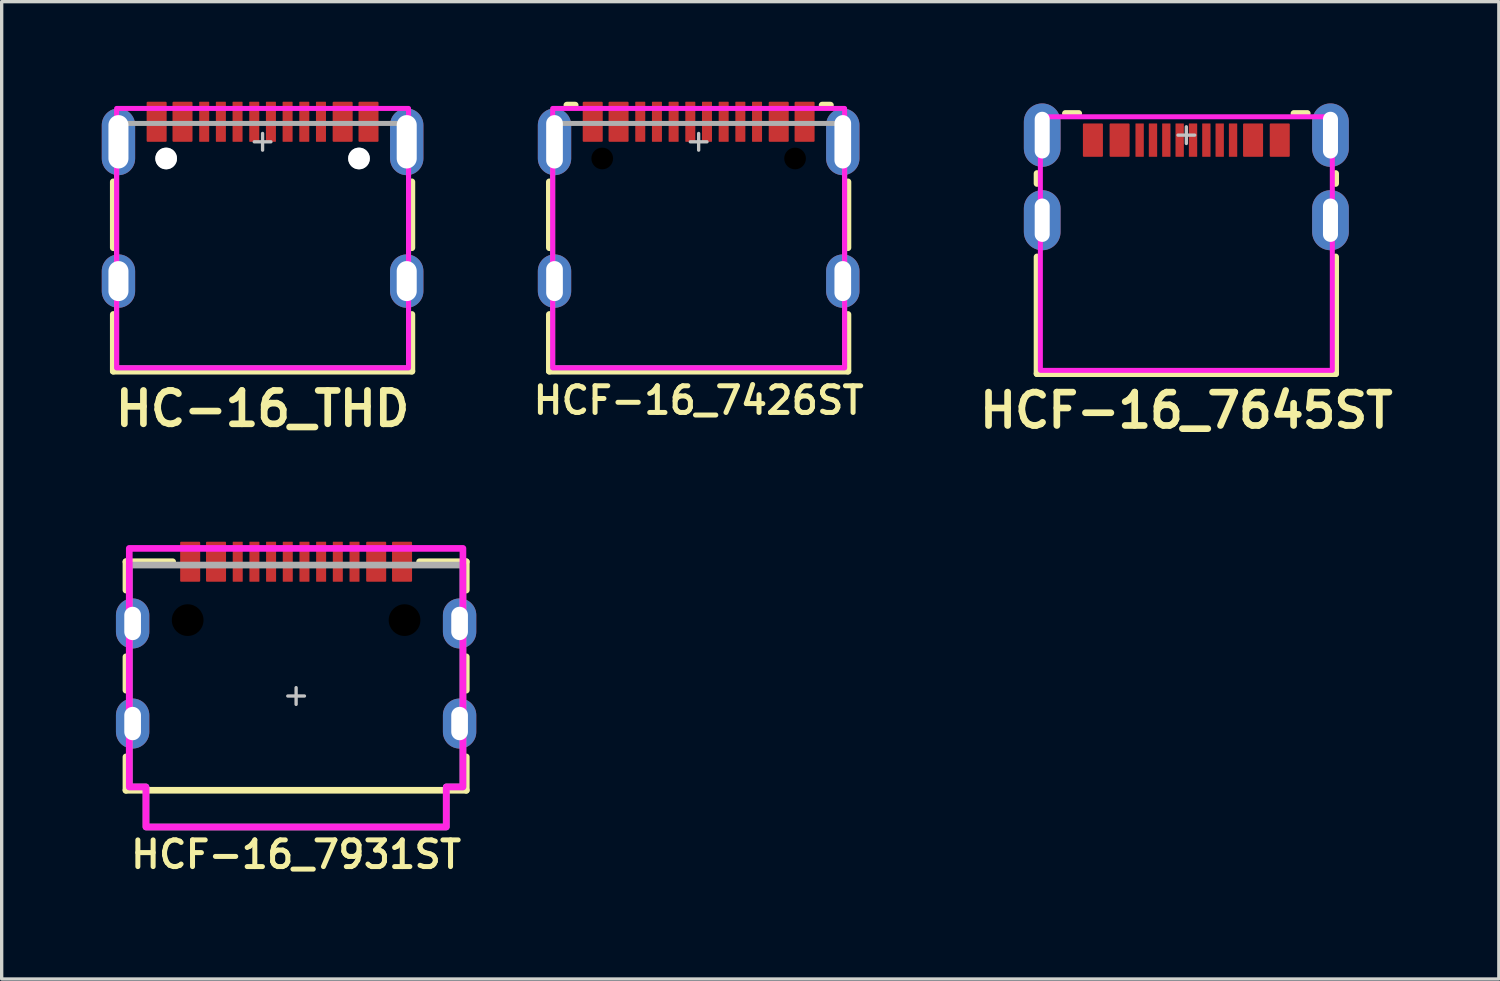
<source format=kicad_pcb>
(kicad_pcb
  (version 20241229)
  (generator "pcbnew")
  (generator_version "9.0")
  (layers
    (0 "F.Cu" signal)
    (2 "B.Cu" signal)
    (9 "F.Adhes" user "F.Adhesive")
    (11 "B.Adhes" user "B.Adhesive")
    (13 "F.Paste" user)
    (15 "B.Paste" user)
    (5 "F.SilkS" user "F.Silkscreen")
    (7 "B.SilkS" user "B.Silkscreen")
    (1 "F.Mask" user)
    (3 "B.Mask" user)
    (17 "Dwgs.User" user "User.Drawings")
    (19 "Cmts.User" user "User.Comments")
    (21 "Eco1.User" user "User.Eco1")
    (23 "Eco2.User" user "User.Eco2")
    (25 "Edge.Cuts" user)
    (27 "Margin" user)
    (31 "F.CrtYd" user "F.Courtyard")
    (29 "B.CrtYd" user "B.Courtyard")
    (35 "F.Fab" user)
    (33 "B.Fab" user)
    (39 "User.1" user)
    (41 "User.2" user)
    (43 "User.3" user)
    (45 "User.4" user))
  (footprint "HCF-16_7931ST"
    (layer "F.Cu")
    (at 5.825 17.811)
    (property "Reference" "HCF-16_7931ST" (at 0 4.75 0) (unlocked yes) (layer "F.SilkS") (effects (font (size 0.8 0.8) (thickness 0.15) (bold yes))))
    (attr through_hole)
    (fp_line (start -5.1 -4.025) (end -3.7 -4.025) (stroke (width 0.2) (type default)) (layer "F.SilkS"))
    (fp_line (start -5.1 -3.175) (end -5.1 -4.025) (stroke (width 0.2) (type default)) (layer "F.SilkS"))
    (fp_line (start -5.1 -0.175) (end -5.1 -1.175) (stroke (width 0.2) (type default)) (layer "F.SilkS"))
    (fp_line (start -5.1 1.825) (end -5.1 2.825) (stroke (width 0.2) (type solid)) (layer "F.SilkS"))
    (fp_line (start -5.1 2.825) (end 5.1 2.825) (stroke (width 0.2) (type solid)) (layer "F.SilkS"))
    (fp_line (start 5.1 -4.025) (end 3.7 -4.025) (stroke (width 0.2) (type default)) (layer "F.SilkS"))
    (fp_line (start 5.1 -3.175) (end 5.1 -4.025) (stroke (width 0.2) (type default)) (layer "F.SilkS"))
    (fp_line (start 5.1 -0.175) (end 5.1 -1.175) (stroke (width 0.2) (type default)) (layer "F.SilkS"))
    (fp_line (start 5.1 2.825) (end 5.1 1.825) (stroke (width 0.2) (type solid)) (layer "F.SilkS"))
    (fp_rect (start -5.575 -2.775) (end -4.65 -1.575) (stroke (width 0.5) (type solid)) (fill yes) (layer "F.Paste"))
    (fp_rect (start -5.575 0.225) (end -4.65 1.425) (stroke (width 0.5) (type solid)) (fill yes) (layer "F.Paste"))
    (fp_rect (start 4.65 -2.775) (end 5.575 -1.575) (stroke (width 0.5) (type solid)) (fill yes) (layer "F.Paste"))
    (fp_rect (start 4.65 0.225) (end 5.575 1.425) (stroke (width 0.5) (type solid)) (fill yes) (layer "F.Paste"))
    (fp_line (start -0.25 0) (end 0.25 0) (stroke (width 0.1) (type solid)) (layer "Dwgs.User"))
    (fp_line (start 0 -0.25) (end 0 0.25) (stroke (width 0.1) (type solid)) (layer "Dwgs.User"))
    (fp_poly (pts (xy -5 2.725) (xy -5 -4.425) (xy 5 -4.425) (xy 5 2.725) (xy 4.5 2.725) (xy 4.5 3.925) (xy -4.5 3.925) (xy -4.5 2.725)) (stroke (width 0.2) (type solid)) (fill no) (layer "F.CrtYd"))
    (fp_poly (pts (xy -4.5 3.925) (xy -4.5 2.725) (xy -5 2.725) (xy -5 -3.925) (xy 5 -3.925) (xy 5 2.725) (xy 4.5 2.725) (xy 4.5 3.925)) (stroke (width 0.2) (type solid)) (fill no) (layer "F.Fab"))
    (pad "" np_thru_hole circle (at -3.25 -2.275) (size 0.95 0.95) (drill 0.95) (layers "*.Mask"))
    (pad "" np_thru_hole circle (at 3.25 -2.275) (size 0.95 0.95) (drill 0.95) (layers "*.Mask"))
    (pad "A1_B12" smd roundrect (at -3.175 -4.025 90) (size 1.2 0.6) (layers "F.Cu" "F.Mask" "F.Paste") (roundrect_rratio 0.05))
    (pad "A4_B9" smd roundrect (at -2.4 -4.025 90) (size 1.2 0.6) (layers "F.Cu" "F.Mask" "F.Paste") (roundrect_rratio 0.05))
    (pad "A5" smd roundrect (at -1.25 -4.025 90) (size 1.2 0.3) (layers "F.Cu" "F.Mask" "F.Paste") (roundrect_rratio 0.05))
    (pad "A6" smd roundrect (at -0.25 -4.025 90) (size 1.2 0.3) (layers "F.Cu" "F.Mask" "F.Paste") (roundrect_rratio 0.05))
    (pad "A7" smd roundrect (at 0.25 -4.025 90) (size 1.2 0.3) (layers "F.Cu" "F.Mask" "F.Paste") (roundrect_rratio 0.05))
    (pad "A8" smd roundrect (at 1.25 -4.025 90) (size 1.2 0.3) (layers "F.Cu" "F.Mask" "F.Paste") (roundrect_rratio 0.05))
    (pad "B1_A12" smd roundrect (at 3.175 -4.025 90) (size 1.2 0.6) (layers "F.Cu" "F.Mask" "F.Paste") (roundrect_rratio 0.05))
    (pad "B4_A9" smd roundrect (at 2.4 -4.025 90) (size 1.2 0.6) (layers "F.Cu" "F.Mask" "F.Paste") (roundrect_rratio 0.05))
    (pad "B5" smd roundrect (at 1.75 -4.025 90) (size 1.2 0.3) (layers "F.Cu" "F.Mask" "F.Paste") (roundrect_rratio 0.05))
    (pad "B6" smd roundrect (at 0.75 -4.025 90) (size 1.2 0.3) (layers "F.Cu" "F.Mask" "F.Paste") (roundrect_rratio 0.05))
    (pad "B7" smd roundrect (at -0.75 -4.025 90) (size 1.2 0.3) (layers "F.Cu" "F.Mask" "F.Paste") (roundrect_rratio 0.05))
    (pad "B8" smd roundrect (at -1.75 -4.025 90) (size 1.2 0.3) (layers "F.Cu" "F.Mask" "F.Paste") (roundrect_rratio 0.05))
    (pad "SHELL" thru_hole oval (at -4.9 -2.175 90) (size 1.5 1) (drill oval 1 0.5) (layers "*.Cu" "*.Mask"))
    (pad "SHELL" thru_hole oval (at -4.9 0.825 90) (size 1.5 1) (drill oval 1 0.5) (layers "*.Cu" "*.Mask"))
    (pad "SHELL" thru_hole oval (at 4.9 -2.175 90) (size 1.5 1) (drill oval 1 0.5) (layers "*.Cu" "*.Mask"))
    (pad "SHELL" thru_hole oval (at 4.9 0.825 90) (size 1.5 1) (drill oval 1 0.5) (layers "*.Cu" "*.Mask")))
  (footprint "HC-16_THD"
    (layer "F.Cu")
    (at 4.82 1.2)
    (property "Reference" "HC-16_THD" (at 0 8 0) (unlocked yes) (layer "F.SilkS") (effects (font (size 1 1) (thickness 0.2))))
    (attr through_hole)
    (fp_line (start -4.475 1.2) (end -4.475 3.175) (stroke (width 0.2) (type solid)) (layer "F.SilkS"))
    (fp_line (start -4.475 5.175) (end -4.475 6.875) (stroke (width 0.2) (type solid)) (layer "F.SilkS"))
    (fp_line (start -4.475 6.875) (end 4.475 6.875) (stroke (width 0.2) (type solid)) (layer "F.SilkS"))
    (fp_line (start 4.475 1.2) (end 4.475 3.175) (stroke (width 0.2) (type solid)) (layer "F.SilkS"))
    (fp_line (start 4.475 6.875) (end 4.475 5.175) (stroke (width 0.2) (type solid)) (layer "F.SilkS"))
    (fp_line (start -0.25 0) (end 0.25 0) (stroke (width 0.1) (type solid)) (layer "Dwgs.User"))
    (fp_line (start 0 -0.25) (end 0 0.25) (stroke (width 0.1) (type solid)) (layer "Dwgs.User"))
    (fp_rect (start -4.375 6.775) (end 4.375 -1) (stroke (width 0.15) (type solid)) (fill no) (layer "F.CrtYd"))
    (fp_rect (start 4.375 6.775) (end -4.375 -0.55) (stroke (width 0.15) (type solid)) (fill no) (layer "F.Fab"))
    (pad "" np_thru_hole circle (at -2.89 0.5) (size 0.65 0.65) (drill 0.65) (layers "Dwgs.User"))
    (pad "" np_thru_hole circle (at 2.89 0.5) (size 0.65 0.65) (drill 0.65) (layers "Dwgs.User"))
    (pad "A1_B12" smd roundrect (at -3.175 -0.6 90) (size 1.2 0.6) (layers "F.Cu" "F.Mask" "F.Paste") (roundrect_rratio 0.05))
    (pad "A1_B12" smd roundrect (at 3.175 -0.6 270) (size 1.2 0.6) (layers "F.Cu" "F.Mask" "F.Paste") (roundrect_rratio 0.05))
    (pad "A4_B9" smd roundrect (at -2.4 -0.6 90) (size 1.2 0.6) (layers "F.Cu" "F.Mask" "F.Paste") (roundrect_rratio 0.05))
    (pad "A4_B9" smd roundrect (at 2.4 -0.6 270) (size 1.2 0.6) (layers "F.Cu" "F.Mask" "F.Paste") (roundrect_rratio 0.05))
    (pad "A5" smd roundrect (at -1.25 -0.6 90) (size 1.2 0.3) (layers "F.Cu" "F.Mask" "F.Paste") (roundrect_rratio 0.05))
    (pad "A6" smd roundrect (at -0.25 -0.6 90) (size 1.2 0.3) (layers "F.Cu" "F.Mask" "F.Paste") (roundrect_rratio 0.05))
    (pad "A7" smd roundrect (at 0.25 -0.6 270) (size 1.2 0.3) (layers "F.Cu" "F.Mask" "F.Paste") (roundrect_rratio 0.05))
    (pad "A8" smd roundrect (at 1.25 -0.6 270) (size 1.2 0.3) (layers "F.Cu" "F.Mask" "F.Paste") (roundrect_rratio 0.05))
    (pad "B5" smd roundrect (at 1.75 -0.6 270) (size 1.2 0.3) (layers "F.Cu" "F.Mask" "F.Paste") (roundrect_rratio 0.05))
    (pad "B6" smd roundrect (at 0.75 -0.6 270) (size 1.2 0.3) (layers "F.Cu" "F.Mask" "F.Paste") (roundrect_rratio 0.05))
    (pad "B7" smd roundrect (at -0.75 -0.6 90) (size 1.2 0.3) (layers "F.Cu" "F.Mask" "F.Paste") (roundrect_rratio 0.05))
    (pad "B8" smd roundrect (at -1.75 -0.6 90) (size 1.2 0.3) (layers "F.Cu" "F.Mask" "F.Paste") (roundrect_rratio 0.05))
    (pad "SHELL" thru_hole oval (at -4.32 0 90) (size 2 1) (drill oval 1.6 0.6) (layers "*.Cu" "*.Mask"))
    (pad "SHELL" thru_hole oval (at -4.32 4.175 90) (size 1.6 1) (drill oval 1.2 0.6) (layers "*.Cu" "*.Mask"))
    (pad "SHELL" thru_hole oval (at 4.32 0 90) (size 2 1) (drill oval 1.6 0.6) (layers "*.Cu" "*.Mask"))
    (pad "SHELL" thru_hole oval (at 4.32 4.175 90) (size 1.6 1) (drill oval 1.2 0.6) (layers "*.Cu" "*.Mask")))
  (footprint "HCF-16_7645ST"
    (layer "F.Cu")
    (at 32.507 1)
    (property "Reference" "HCF-16_7645ST" (at 0 8.25 0) (unlocked yes) (layer "F.SilkS") (effects (font (size 1 1) (thickness 0.2))))
    (attr through_hole)
    (fp_line (start -4.475 1.15) (end -4.475 1.45) (stroke (width 0.2) (type solid)) (layer "F.SilkS"))
    (fp_line (start -4.475 3.65) (end -4.475 7.15) (stroke (width 0.2) (type solid)) (layer "F.SilkS"))
    (fp_line (start -4.475 7.15) (end 4.475 7.15) (stroke (width 0.2) (type solid)) (layer "F.SilkS"))
    (fp_line (start -3.625 -0.65) (end -3.225 -0.65) (stroke (width 0.2) (type solid)) (layer "F.SilkS"))
    (fp_line (start 3.225 -0.65) (end 3.625 -0.65) (stroke (width 0.2) (type solid)) (layer "F.SilkS"))
    (fp_line (start 4.475 1.15) (end 4.475 1.45) (stroke (width 0.2) (type solid)) (layer "F.SilkS"))
    (fp_line (start 4.475 7.15) (end 4.475 3.65) (stroke (width 0.2) (type solid)) (layer "F.SilkS"))
    (fp_rect (start -5 -0.75) (end -4.025 0.8) (stroke (width 0.5) (type solid)) (fill yes) (layer "F.Paste"))
    (fp_rect (start -5 1.8) (end -4.025 3.3) (stroke (width 0.5) (type solid)) (fill yes) (layer "F.Paste"))
    (fp_rect (start 4.025 -0.75) (end 5 0.8) (stroke (width 0.5) (type solid)) (fill yes) (layer "F.Paste"))
    (fp_rect (start 4.025 1.8) (end 5 3.3) (stroke (width 0.5) (type solid)) (fill yes) (layer "F.Paste"))
    (fp_line (start -0.25 0) (end 0.25 0) (stroke (width 0.1) (type solid)) (layer "Dwgs.User"))
    (fp_line (start 0 -0.25) (end 0 0.25) (stroke (width 0.1) (type solid)) (layer "Dwgs.User"))
    (fp_rect (start -4.375 7.05) (end 4.375 -0.55) (stroke (width 0.15) (type solid)) (fill no) (layer "F.CrtYd"))
    (pad "A1_B12" smd roundrect (at -2.8 0.15 90) (size 1 0.6) (layers "F.Cu" "F.Mask" "F.Paste") (roundrect_rratio 0.05))
    (pad "A4_B9" smd roundrect (at -2 0.15 90) (size 1 0.6) (layers "F.Cu" "F.Mask" "F.Paste") (roundrect_rratio 0.05))
    (pad "A5" smd roundrect (at -1 0.15 90) (size 1 0.25) (layers "F.Cu" "F.Mask" "F.Paste") (roundrect_rratio 0.05))
    (pad "A6" smd roundrect (at -0.2 0.15 90) (size 1 0.25) (layers "F.Cu" "F.Mask" "F.Paste") (roundrect_rratio 0.05))
    (pad "A7" smd roundrect (at 0.2 0.15 90) (size 1 0.25) (layers "F.Cu" "F.Mask" "F.Paste") (roundrect_rratio 0.05))
    (pad "A8" smd roundrect (at 1 0.15 90) (size 1 0.25) (layers "F.Cu" "F.Mask" "F.Paste") (roundrect_rratio 0.05))
    (pad "B1_A12" smd roundrect (at 2.8 0.15 90) (size 1 0.6) (layers "F.Cu" "F.Mask" "F.Paste") (roundrect_rratio 0.05))
    (pad "B4_A9" smd roundrect (at 2 0.15 270) (size 1 0.6) (layers "F.Cu" "F.Mask" "F.Paste") (roundrect_rratio 0.05))
    (pad "B5" smd roundrect (at 1.4 0.15 90) (size 1 0.25) (layers "F.Cu" "F.Mask" "F.Paste") (roundrect_rratio 0.05))
    (pad "B6" smd roundrect (at 0.6 0.15 90) (size 1 0.25) (layers "F.Cu" "F.Mask" "F.Paste") (roundrect_rratio 0.05))
    (pad "B7" smd roundrect (at -0.6 0.15 90) (size 1 0.25) (layers "F.Cu" "F.Mask" "F.Paste") (roundrect_rratio 0.05))
    (pad "B8" smd roundrect (at -1.4 0.15 90) (size 1 0.25) (layers "F.Cu" "F.Mask" "F.Paste") (roundrect_rratio 0.05))
    (pad "SHELL" thru_hole oval (at -4.32 0 90) (size 1.9 1.1) (drill oval 1.4 0.45) (layers "*.Cu" "*.Mask"))
    (pad "SHELL" thru_hole oval (at -4.32 2.55 90) (size 1.8 1.1) (drill oval 1.3 0.45) (layers "*.Cu" "*.Mask"))
    (pad "SHELL" thru_hole oval (at 4.32 0 90) (size 1.9 1.1) (drill oval 1.4 0.45) (layers "*.Cu" "*.Mask"))
    (pad "SHELL" thru_hole oval (at 4.32 2.55 90) (size 1.8 1.1) (drill oval 1.3 0.45) (layers "*.Cu" "*.Mask")))
  (footprint "HCF-16_7426ST"
    (layer "F.Cu")
    (at 17.89 1.2)
    (property "Reference" "HCF-16_7426ST" (at 0 7.75 0) (unlocked yes) (layer "F.SilkS") (effects (font (size 0.8 0.8) (thickness 0.15) (bold yes))))
    (attr through_hole)
    (fp_line (start -4.475 1.2) (end -4.475 3.175) (stroke (width 0.2) (type solid)) (layer "F.SilkS"))
    (fp_line (start -4.475 5.175) (end -4.475 6.875) (stroke (width 0.2) (type solid)) (layer "F.SilkS"))
    (fp_line (start -4.475 6.875) (end 4.475 6.875) (stroke (width 0.2) (type solid)) (layer "F.SilkS"))
    (fp_line (start -3.7 -1.1) (end -3.95 -1.1) (stroke (width 0.2) (type solid)) (layer "F.SilkS"))
    (fp_line (start 3.95 -1.1) (end 3.7 -1.1) (stroke (width 0.2) (type solid)) (layer "F.SilkS"))
    (fp_line (start 4.475 1.2) (end 4.475 3.175) (stroke (width 0.2) (type solid)) (layer "F.SilkS"))
    (fp_line (start 4.475 6.875) (end 4.475 5.175) (stroke (width 0.2) (type solid)) (layer "F.SilkS"))
    (fp_rect (start -5 -0.75) (end -4.075 0.85) (stroke (width 0.5) (type solid)) (fill yes) (layer "F.Paste"))
    (fp_rect (start -5 3.525) (end -4.075 4.825) (stroke (width 0.5) (type solid)) (fill yes) (layer "F.Paste"))
    (fp_rect (start 4.075 -0.75) (end 5 0.85) (stroke (width 0.5) (type solid)) (fill yes) (layer "F.Paste"))
    (fp_rect (start 4.075 3.525) (end 5 4.825) (stroke (width 0.5) (type solid)) (fill yes) (layer "F.Paste"))
    (fp_line (start -0.25 0) (end 0.25 0) (stroke (width 0.1) (type solid)) (layer "Dwgs.User"))
    (fp_line (start 0 -0.25) (end 0 0.25) (stroke (width 0.1) (type solid)) (layer "Dwgs.User"))
    (fp_rect (start -4.375 6.775) (end 4.375 -1) (stroke (width 0.15) (type solid)) (fill no) (layer "F.CrtYd"))
    (fp_rect (start 4.375 6.775) (end -4.375 -0.55) (stroke (width 0.15) (type solid)) (fill no) (layer "F.Fab"))
    (pad "" np_thru_hole circle (at -2.89 0.5) (size 0.65 0.65) (drill 0.65) (layers "*.Mask"))
    (pad "" np_thru_hole circle (at 2.89 0.5) (size 0.65 0.65) (drill 0.65) (layers "*.Mask"))
    (pad "A1_B12" smd roundrect (at -3.175 -0.6 90) (size 1.2 0.6) (layers "F.Cu" "F.Mask" "F.Paste") (roundrect_rratio 0.05))
    (pad "A4_B9" smd roundrect (at -2.4 -0.6 90) (size 1.2 0.6) (layers "F.Cu" "F.Mask" "F.Paste") (roundrect_rratio 0.05))
    (pad "A5" smd roundrect (at -1.25 -0.6 90) (size 1.2 0.3) (layers "F.Cu" "F.Mask" "F.Paste") (roundrect_rratio 0.05))
    (pad "A6" smd roundrect (at -0.25 -0.6 90) (size 1.2 0.3) (layers "F.Cu" "F.Mask" "F.Paste") (roundrect_rratio 0.05))
    (pad "A7" smd roundrect (at 0.25 -0.6 90) (size 1.2 0.3) (layers "F.Cu" "F.Mask" "F.Paste") (roundrect_rratio 0.05))
    (pad "A8" smd roundrect (at 1.25 -0.6 90) (size 1.2 0.3) (layers "F.Cu" "F.Mask" "F.Paste") (roundrect_rratio 0.05))
    (pad "B1_A12" smd roundrect (at 3.175 -0.6 90) (size 1.2 0.6) (layers "F.Cu" "F.Mask" "F.Paste") (roundrect_rratio 0.05))
    (pad "B4_A9" smd roundrect (at 2.4 -0.6 90) (size 1.2 0.6) (layers "F.Cu" "F.Mask" "F.Paste") (roundrect_rratio 0.05))
    (pad "B5" smd roundrect (at 1.75 -0.6 90) (size 1.2 0.3) (layers "F.Cu" "F.Mask" "F.Paste") (roundrect_rratio 0.05))
    (pad "B6" smd roundrect (at 0.75 -0.6 90) (size 1.2 0.3) (layers "F.Cu" "F.Mask" "F.Paste") (roundrect_rratio 0.05))
    (pad "B7" smd roundrect (at -0.75 -0.6 90) (size 1.2 0.3) (layers "F.Cu" "F.Mask" "F.Paste") (roundrect_rratio 0.05))
    (pad "B8" smd roundrect (at -1.75 -0.6 90) (size 1.2 0.3) (layers "F.Cu" "F.Mask" "F.Paste") (roundrect_rratio 0.05))
    (pad "SHELL" thru_hole oval (at -4.32 0 90) (size 2 1) (drill oval 1.6 0.5) (layers "*.Cu" "*.Mask"))
    (pad "SHELL" thru_hole oval (at -4.32 4.175 90) (size 1.6 1) (drill oval 1.2 0.5) (layers "*.Cu" "*.Mask"))
    (pad "SHELL" thru_hole oval (at 4.32 0 90) (size 2 1) (drill oval 1.6 0.5) (layers "*.Cu" "*.Mask"))
    (pad "SHELL" thru_hole oval (at 4.32 4.175 90) (size 1.6 1) (drill oval 1.2 0.5) (layers "*.Cu" "*.Mask")))
  (gr_rect
    (start -3 -3)
    (end 41.873 26.292)
    (stroke (width 0.1) (type default))
    (fill no)
    (layer "Edge.Cuts")))
</source>
